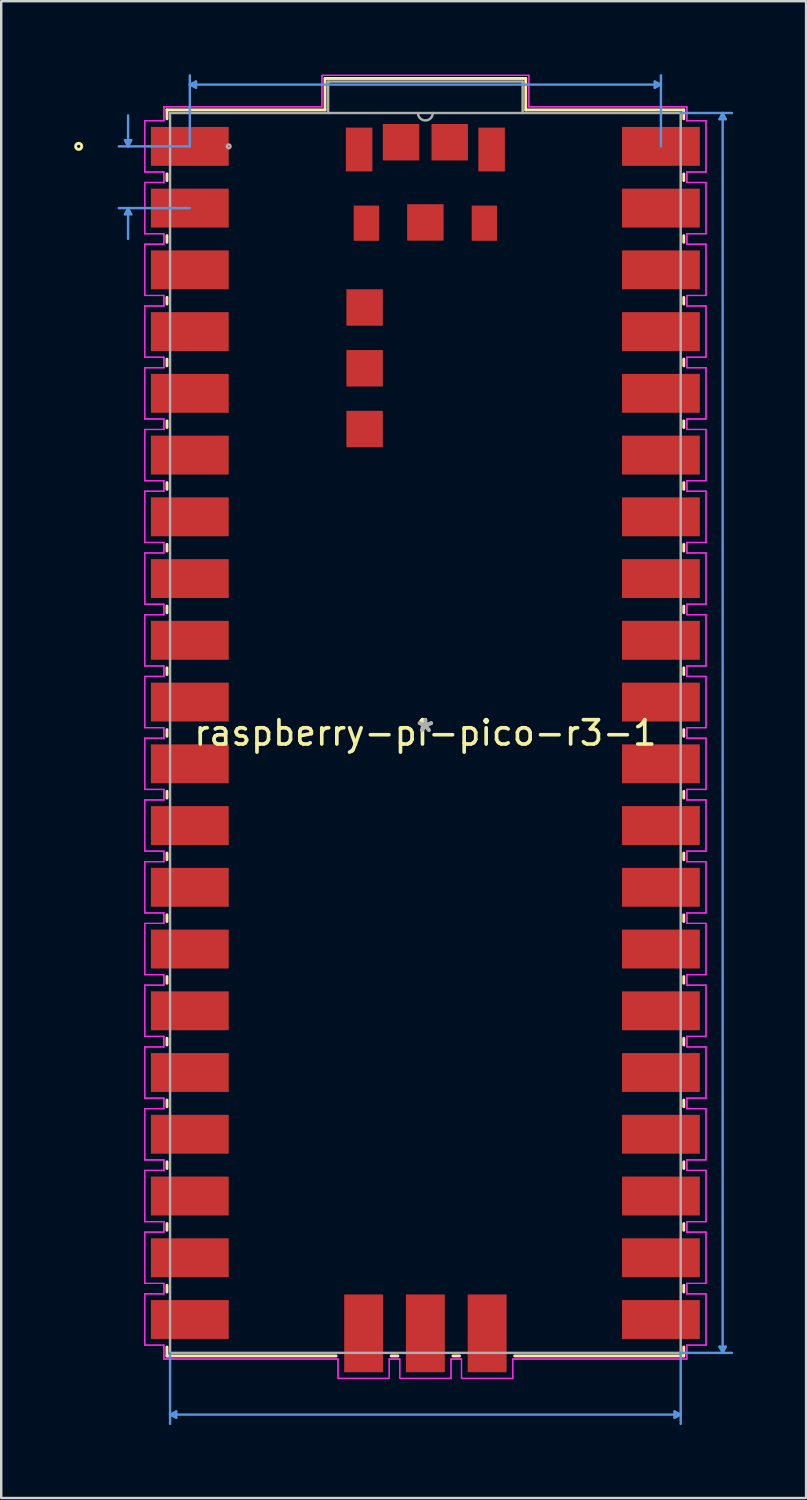
<source format=kicad_pcb>
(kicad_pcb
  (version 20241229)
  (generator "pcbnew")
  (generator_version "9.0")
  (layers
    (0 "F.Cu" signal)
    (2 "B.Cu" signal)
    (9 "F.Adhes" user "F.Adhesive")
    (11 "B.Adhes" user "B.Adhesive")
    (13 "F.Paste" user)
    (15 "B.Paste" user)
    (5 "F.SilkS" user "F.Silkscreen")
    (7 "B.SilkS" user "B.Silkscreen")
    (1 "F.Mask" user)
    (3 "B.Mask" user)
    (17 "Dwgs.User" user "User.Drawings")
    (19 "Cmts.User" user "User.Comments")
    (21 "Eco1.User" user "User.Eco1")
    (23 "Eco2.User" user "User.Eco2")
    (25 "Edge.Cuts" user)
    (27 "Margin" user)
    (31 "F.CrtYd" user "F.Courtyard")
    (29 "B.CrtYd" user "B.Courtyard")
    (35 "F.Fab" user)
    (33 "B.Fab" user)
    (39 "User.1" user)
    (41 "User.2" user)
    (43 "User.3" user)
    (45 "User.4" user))
  (footprint "raspberry-pi-pico-r3-1"
    (layer "F.Cu")
    (at 14.449 27.101)
    (property "Reference" "raspberry-pi-pico-r3-1" (at 0 0 0) (layer "F.SilkS") (effects (font (size 1 1) (thickness 0.15))))
    (attr through_hole)
    (fp_line (start -10.63 -25.629) (end -4.128 -25.629) (stroke (width 0.12) (type solid)) (layer "F.SilkS"))
    (fp_line (start -10.63 -25.263) (end -10.63 -25.629) (stroke (width 0.12) (type solid)) (layer "F.SilkS"))
    (fp_line (start -10.63 -22.723) (end -10.63 -22.997) (stroke (width 0.12) (type solid)) (layer "F.SilkS"))
    (fp_line (start -10.63 -20.183) (end -10.63 -20.457) (stroke (width 0.12) (type solid)) (layer "F.SilkS"))
    (fp_line (start -10.63 -17.643) (end -10.63 -17.917) (stroke (width 0.12) (type solid)) (layer "F.SilkS"))
    (fp_line (start -10.63 -15.103) (end -10.63 -15.377) (stroke (width 0.12) (type solid)) (layer "F.SilkS"))
    (fp_line (start -10.63 -12.563) (end -10.63 -12.837) (stroke (width 0.12) (type solid)) (layer "F.SilkS"))
    (fp_line (start -10.63 -10.023) (end -10.63 -10.297) (stroke (width 0.12) (type solid)) (layer "F.SilkS"))
    (fp_line (start -10.63 -7.483) (end -10.63 -7.757) (stroke (width 0.12) (type solid)) (layer "F.SilkS"))
    (fp_line (start -10.63 -4.943) (end -10.63 -5.217) (stroke (width 0.12) (type solid)) (layer "F.SilkS"))
    (fp_line (start -10.63 -2.403) (end -10.63 -2.677) (stroke (width 0.12) (type solid)) (layer "F.SilkS"))
    (fp_line (start -10.63 0.137) (end -10.63 -0.137) (stroke (width 0.12) (type solid)) (layer "F.SilkS"))
    (fp_line (start -10.63 2.677) (end -10.63 2.403) (stroke (width 0.12) (type solid)) (layer "F.SilkS"))
    (fp_line (start -10.63 5.217) (end -10.63 4.943) (stroke (width 0.12) (type solid)) (layer "F.SilkS"))
    (fp_line (start -10.63 7.757) (end -10.63 7.483) (stroke (width 0.12) (type solid)) (layer "F.SilkS"))
    (fp_line (start -10.63 10.297) (end -10.63 10.023) (stroke (width 0.12) (type solid)) (layer "F.SilkS"))
    (fp_line (start -10.63 12.837) (end -10.63 12.563) (stroke (width 0.12) (type solid)) (layer "F.SilkS"))
    (fp_line (start -10.63 15.377) (end -10.63 15.103) (stroke (width 0.12) (type solid)) (layer "F.SilkS"))
    (fp_line (start -10.63 17.917) (end -10.63 17.643) (stroke (width 0.12) (type solid)) (layer "F.SilkS"))
    (fp_line (start -10.63 20.457) (end -10.63 20.183) (stroke (width 0.12) (type solid)) (layer "F.SilkS"))
    (fp_line (start -10.63 22.997) (end -10.63 22.723) (stroke (width 0.12) (type solid)) (layer "F.SilkS"))
    (fp_line (start -10.63 25.629) (end -10.63 25.263) (stroke (width 0.12) (type solid)) (layer "F.SilkS"))
    (fp_line (start -4.128 -26.924) (end 4.128 -26.924) (stroke (width 0.12) (type solid)) (layer "F.SilkS"))
    (fp_line (start -4.128 -25.629) (end -4.128 -26.924) (stroke (width 0.12) (type solid)) (layer "F.SilkS"))
    (fp_line (start -3.673 25.629) (end -10.63 25.629) (stroke (width 0.12) (type solid)) (layer "F.SilkS"))
    (fp_line (start -1.133 25.629) (end -1.407 25.629) (stroke (width 0.12) (type solid)) (layer "F.SilkS"))
    (fp_line (start 1.407 25.629) (end 1.133 25.629) (stroke (width 0.12) (type solid)) (layer "F.SilkS"))
    (fp_line (start 4.128 -26.924) (end 4.128 -25.629) (stroke (width 0.12) (type solid)) (layer "F.SilkS"))
    (fp_line (start 4.128 -25.629) (end 10.63 -25.629) (stroke (width 0.12) (type solid)) (layer "F.SilkS"))
    (fp_line (start 10.63 -25.629) (end 10.63 -25.263) (stroke (width 0.12) (type solid)) (layer "F.SilkS"))
    (fp_line (start 10.63 -22.997) (end 10.63 -22.723) (stroke (width 0.12) (type solid)) (layer "F.SilkS"))
    (fp_line (start 10.63 -20.457) (end 10.63 -20.183) (stroke (width 0.12) (type solid)) (layer "F.SilkS"))
    (fp_line (start 10.63 -17.917) (end 10.63 -17.643) (stroke (width 0.12) (type solid)) (layer "F.SilkS"))
    (fp_line (start 10.63 -15.377) (end 10.63 -15.103) (stroke (width 0.12) (type solid)) (layer "F.SilkS"))
    (fp_line (start 10.63 -12.837) (end 10.63 -12.563) (stroke (width 0.12) (type solid)) (layer "F.SilkS"))
    (fp_line (start 10.63 -10.297) (end 10.63 -10.023) (stroke (width 0.12) (type solid)) (layer "F.SilkS"))
    (fp_line (start 10.63 -7.757) (end 10.63 -7.483) (stroke (width 0.12) (type solid)) (layer "F.SilkS"))
    (fp_line (start 10.63 -5.217) (end 10.63 -4.943) (stroke (width 0.12) (type solid)) (layer "F.SilkS"))
    (fp_line (start 10.63 -2.677) (end 10.63 -2.403) (stroke (width 0.12) (type solid)) (layer "F.SilkS"))
    (fp_line (start 10.63 -0.137) (end 10.63 0.137) (stroke (width 0.12) (type solid)) (layer "F.SilkS"))
    (fp_line (start 10.63 2.403) (end 10.63 2.677) (stroke (width 0.12) (type solid)) (layer "F.SilkS"))
    (fp_line (start 10.63 4.943) (end 10.63 5.217) (stroke (width 0.12) (type solid)) (layer "F.SilkS"))
    (fp_line (start 10.63 7.483) (end 10.63 7.757) (stroke (width 0.12) (type solid)) (layer "F.SilkS"))
    (fp_line (start 10.63 10.023) (end 10.63 10.297) (stroke (width 0.12) (type solid)) (layer "F.SilkS"))
    (fp_line (start 10.63 12.563) (end 10.63 12.837) (stroke (width 0.12) (type solid)) (layer "F.SilkS"))
    (fp_line (start 10.63 15.103) (end 10.63 15.377) (stroke (width 0.12) (type solid)) (layer "F.SilkS"))
    (fp_line (start 10.63 17.643) (end 10.63 17.917) (stroke (width 0.12) (type solid)) (layer "F.SilkS"))
    (fp_line (start 10.63 20.183) (end 10.63 20.457) (stroke (width 0.12) (type solid)) (layer "F.SilkS"))
    (fp_line (start 10.63 22.723) (end 10.63 22.997) (stroke (width 0.12) (type solid)) (layer "F.SilkS"))
    (fp_line (start 10.63 25.263) (end 10.63 25.629) (stroke (width 0.12) (type solid)) (layer "F.SilkS"))
    (fp_line (start 10.63 25.629) (end 3.673 25.629) (stroke (width 0.12) (type solid)) (layer "F.SilkS"))
    (fp_circle (center -14.262 -24.13) (end -14.135 -24.13) (stroke (width 0.12) (type solid)) (fill no) (layer "F.SilkS"))
    (fp_line (start -12.357 -24.384) (end -12.103 -24.384) (stroke (width 0.1) (type solid)) (layer "Cmts.User"))
    (fp_line (start -12.357 -21.336) (end -12.103 -21.336) (stroke (width 0.1) (type solid)) (layer "Cmts.User"))
    (fp_line (start -12.23 -24.13) (end -12.357 -24.384) (stroke (width 0.1) (type solid)) (layer "Cmts.User"))
    (fp_line (start -12.23 -24.13) (end -12.23 -25.4) (stroke (width 0.1) (type solid)) (layer "Cmts.User"))
    (fp_line (start -12.23 -24.13) (end -12.103 -24.384) (stroke (width 0.1) (type solid)) (layer "Cmts.User"))
    (fp_line (start -12.23 -21.59) (end -12.357 -21.336) (stroke (width 0.1) (type solid)) (layer "Cmts.User"))
    (fp_line (start -12.23 -21.59) (end -12.23 -20.32) (stroke (width 0.1) (type solid)) (layer "Cmts.User"))
    (fp_line (start -12.23 -21.59) (end -12.103 -21.336) (stroke (width 0.1) (type solid)) (layer "Cmts.User"))
    (fp_line (start -10.503 25.502) (end -10.503 28.423) (stroke (width 0.1) (type solid)) (layer "Cmts.User"))
    (fp_line (start -10.503 28.042) (end -10.249 27.915) (stroke (width 0.1) (type solid)) (layer "Cmts.User"))
    (fp_line (start -10.503 28.042) (end -10.249 28.169) (stroke (width 0.1) (type solid)) (layer "Cmts.User"))
    (fp_line (start -10.503 28.042) (end 10.503 28.042) (stroke (width 0.1) (type solid)) (layer "Cmts.User"))
    (fp_line (start -10.249 27.915) (end -10.249 28.169) (stroke (width 0.1) (type solid)) (layer "Cmts.User"))
    (fp_line (start -9.69 -26.67) (end -9.436 -26.797) (stroke (width 0.1) (type solid)) (layer "Cmts.User"))
    (fp_line (start -9.69 -26.67) (end -9.436 -26.543) (stroke (width 0.1) (type solid)) (layer "Cmts.User"))
    (fp_line (start -9.69 -26.67) (end 9.69 -26.67) (stroke (width 0.1) (type solid)) (layer "Cmts.User"))
    (fp_line (start -9.69 -24.13) (end -12.611 -24.13) (stroke (width 0.1) (type solid)) (layer "Cmts.User"))
    (fp_line (start -9.69 -24.13) (end -9.69 -27.051) (stroke (width 0.1) (type solid)) (layer "Cmts.User"))
    (fp_line (start -9.69 -21.59) (end -12.611 -21.59) (stroke (width 0.1) (type solid)) (layer "Cmts.User"))
    (fp_line (start -9.436 -26.797) (end -9.436 -26.543) (stroke (width 0.1) (type solid)) (layer "Cmts.User"))
    (fp_line (start 9.436 -26.797) (end 9.436 -26.543) (stroke (width 0.1) (type solid)) (layer "Cmts.User"))
    (fp_line (start 9.69 -26.67) (end 9.436 -26.797) (stroke (width 0.1) (type solid)) (layer "Cmts.User"))
    (fp_line (start 9.69 -26.67) (end 9.436 -26.543) (stroke (width 0.1) (type solid)) (layer "Cmts.User"))
    (fp_line (start 9.69 -24.13) (end 9.69 -27.051) (stroke (width 0.1) (type solid)) (layer "Cmts.User"))
    (fp_line (start 10.249 27.915) (end 10.249 28.169) (stroke (width 0.1) (type solid)) (layer "Cmts.User"))
    (fp_line (start 10.503 -25.502) (end 12.611 -25.502) (stroke (width 0.1) (type solid)) (layer "Cmts.User"))
    (fp_line (start 10.503 25.502) (end 10.503 28.423) (stroke (width 0.1) (type solid)) (layer "Cmts.User"))
    (fp_line (start 10.503 25.502) (end 12.611 25.502) (stroke (width 0.1) (type solid)) (layer "Cmts.User"))
    (fp_line (start 10.503 28.042) (end 10.249 27.915) (stroke (width 0.1) (type solid)) (layer "Cmts.User"))
    (fp_line (start 10.503 28.042) (end 10.249 28.169) (stroke (width 0.1) (type solid)) (layer "Cmts.User"))
    (fp_line (start 12.103 -25.248) (end 12.357 -25.248) (stroke (width 0.1) (type solid)) (layer "Cmts.User"))
    (fp_line (start 12.103 25.248) (end 12.357 25.248) (stroke (width 0.1) (type solid)) (layer "Cmts.User"))
    (fp_line (start 12.23 -25.502) (end 12.103 -25.248) (stroke (width 0.1) (type solid)) (layer "Cmts.User"))
    (fp_line (start 12.23 -25.502) (end 12.23 25.502) (stroke (width 0.1) (type solid)) (layer "Cmts.User"))
    (fp_line (start 12.23 -25.502) (end 12.357 -25.248) (stroke (width 0.1) (type solid)) (layer "Cmts.User"))
    (fp_line (start 12.23 25.502) (end 12.103 25.248) (stroke (width 0.1) (type solid)) (layer "Cmts.User"))
    (fp_line (start 12.23 25.502) (end 12.357 25.248) (stroke (width 0.1) (type solid)) (layer "Cmts.User"))
    (fp_line (start -11.544 -25.184) (end -11.544 -23.076) (stroke (width 0.05) (type solid)) (layer "F.CrtYd"))
    (fp_line (start -11.544 -25.184) (end -11.544 -23.076) (stroke (width 0.05) (type solid)) (layer "F.CrtYd"))
    (fp_line (start -11.544 -23.076) (end -10.757 -23.076) (stroke (width 0.05) (type solid)) (layer "F.CrtYd"))
    (fp_line (start -11.544 -23.076) (end -10.757 -23.076) (stroke (width 0.05) (type solid)) (layer "F.CrtYd"))
    (fp_line (start -11.544 -22.644) (end -11.544 -20.536) (stroke (width 0.05) (type solid)) (layer "F.CrtYd"))
    (fp_line (start -11.544 -22.644) (end -11.544 -20.536) (stroke (width 0.05) (type solid)) (layer "F.CrtYd"))
    (fp_line (start -11.544 -20.536) (end -10.757 -20.536) (stroke (width 0.05) (type solid)) (layer "F.CrtYd"))
    (fp_line (start -11.544 -20.536) (end -10.757 -20.536) (stroke (width 0.05) (type solid)) (layer "F.CrtYd"))
    (fp_line (start -11.544 -20.104) (end -11.544 -17.996) (stroke (width 0.05) (type solid)) (layer "F.CrtYd"))
    (fp_line (start -11.544 -20.104) (end -11.544 -17.996) (stroke (width 0.05) (type solid)) (layer "F.CrtYd"))
    (fp_line (start -11.544 -17.996) (end -10.757 -17.996) (stroke (width 0.05) (type solid)) (layer "F.CrtYd"))
    (fp_line (start -11.544 -17.996) (end -10.757 -17.996) (stroke (width 0.05) (type solid)) (layer "F.CrtYd"))
    (fp_line (start -11.544 -17.564) (end -11.544 -15.456) (stroke (width 0.05) (type solid)) (layer "F.CrtYd"))
    (fp_line (start -11.544 -17.564) (end -11.544 -15.456) (stroke (width 0.05) (type solid)) (layer "F.CrtYd"))
    (fp_line (start -11.544 -15.456) (end -10.757 -15.456) (stroke (width 0.05) (type solid)) (layer "F.CrtYd"))
    (fp_line (start -11.544 -15.456) (end -10.757 -15.456) (stroke (width 0.05) (type solid)) (layer "F.CrtYd"))
    (fp_line (start -11.544 -15.024) (end -11.544 -12.916) (stroke (width 0.05) (type solid)) (layer "F.CrtYd"))
    (fp_line (start -11.544 -15.024) (end -11.544 -12.916) (stroke (width 0.05) (type solid)) (layer "F.CrtYd"))
    (fp_line (start -11.544 -12.916) (end -10.757 -12.916) (stroke (width 0.05) (type solid)) (layer "F.CrtYd"))
    (fp_line (start -11.544 -12.916) (end -10.757 -12.916) (stroke (width 0.05) (type solid)) (layer "F.CrtYd"))
    (fp_line (start -11.544 -12.484) (end -11.544 -10.376) (stroke (width 0.05) (type solid)) (layer "F.CrtYd"))
    (fp_line (start -11.544 -12.484) (end -11.544 -10.376) (stroke (width 0.05) (type solid)) (layer "F.CrtYd"))
    (fp_line (start -11.544 -10.376) (end -10.757 -10.376) (stroke (width 0.05) (type solid)) (layer "F.CrtYd"))
    (fp_line (start -11.544 -10.376) (end -10.757 -10.376) (stroke (width 0.05) (type solid)) (layer "F.CrtYd"))
    (fp_line (start -11.544 -9.944) (end -11.544 -7.836) (stroke (width 0.05) (type solid)) (layer "F.CrtYd"))
    (fp_line (start -11.544 -9.944) (end -11.544 -7.836) (stroke (width 0.05) (type solid)) (layer "F.CrtYd"))
    (fp_line (start -11.544 -7.836) (end -10.757 -7.836) (stroke (width 0.05) (type solid)) (layer "F.CrtYd"))
    (fp_line (start -11.544 -7.836) (end -10.757 -7.836) (stroke (width 0.05) (type solid)) (layer "F.CrtYd"))
    (fp_line (start -11.544 -7.404) (end -11.544 -5.296) (stroke (width 0.05) (type solid)) (layer "F.CrtYd"))
    (fp_line (start -11.544 -7.404) (end -11.544 -5.296) (stroke (width 0.05) (type solid)) (layer "F.CrtYd"))
    (fp_line (start -11.544 -5.296) (end -10.757 -5.296) (stroke (width 0.05) (type solid)) (layer "F.CrtYd"))
    (fp_line (start -11.544 -5.296) (end -10.757 -5.296) (stroke (width 0.05) (type solid)) (layer "F.CrtYd"))
    (fp_line (start -11.544 -4.864) (end -11.544 -2.756) (stroke (width 0.05) (type solid)) (layer "F.CrtYd"))
    (fp_line (start -11.544 -4.864) (end -11.544 -2.756) (stroke (width 0.05) (type solid)) (layer "F.CrtYd"))
    (fp_line (start -11.544 -2.756) (end -10.757 -2.756) (stroke (width 0.05) (type solid)) (layer "F.CrtYd"))
    (fp_line (start -11.544 -2.756) (end -10.757 -2.756) (stroke (width 0.05) (type solid)) (layer "F.CrtYd"))
    (fp_line (start -11.544 -2.324) (end -11.544 -0.216) (stroke (width 0.05) (type solid)) (layer "F.CrtYd"))
    (fp_line (start -11.544 -2.324) (end -11.544 -0.216) (stroke (width 0.05) (type solid)) (layer "F.CrtYd"))
    (fp_line (start -11.544 -0.216) (end -10.757 -0.216) (stroke (width 0.05) (type solid)) (layer "F.CrtYd"))
    (fp_line (start -11.544 -0.216) (end -10.757 -0.216) (stroke (width 0.05) (type solid)) (layer "F.CrtYd"))
    (fp_line (start -11.544 0.216) (end -11.544 2.324) (stroke (width 0.05) (type solid)) (layer "F.CrtYd"))
    (fp_line (start -11.544 0.216) (end -11.544 2.324) (stroke (width 0.05) (type solid)) (layer "F.CrtYd"))
    (fp_line (start -11.544 2.324) (end -10.757 2.324) (stroke (width 0.05) (type solid)) (layer "F.CrtYd"))
    (fp_line (start -11.544 2.324) (end -10.757 2.324) (stroke (width 0.05) (type solid)) (layer "F.CrtYd"))
    (fp_line (start -11.544 2.756) (end -11.544 4.864) (stroke (width 0.05) (type solid)) (layer "F.CrtYd"))
    (fp_line (start -11.544 2.756) (end -11.544 4.864) (stroke (width 0.05) (type solid)) (layer "F.CrtYd"))
    (fp_line (start -11.544 4.864) (end -10.757 4.864) (stroke (width 0.05) (type solid)) (layer "F.CrtYd"))
    (fp_line (start -11.544 4.864) (end -10.757 4.864) (stroke (width 0.05) (type solid)) (layer "F.CrtYd"))
    (fp_line (start -11.544 5.296) (end -11.544 7.404) (stroke (width 0.05) (type solid)) (layer "F.CrtYd"))
    (fp_line (start -11.544 5.296) (end -11.544 7.404) (stroke (width 0.05) (type solid)) (layer "F.CrtYd"))
    (fp_line (start -11.544 7.404) (end -10.757 7.404) (stroke (width 0.05) (type solid)) (layer "F.CrtYd"))
    (fp_line (start -11.544 7.404) (end -10.757 7.404) (stroke (width 0.05) (type solid)) (layer "F.CrtYd"))
    (fp_line (start -11.544 7.836) (end -11.544 9.944) (stroke (width 0.05) (type solid)) (layer "F.CrtYd"))
    (fp_line (start -11.544 7.836) (end -11.544 9.944) (stroke (width 0.05) (type solid)) (layer "F.CrtYd"))
    (fp_line (start -11.544 9.944) (end -10.757 9.944) (stroke (width 0.05) (type solid)) (layer "F.CrtYd"))
    (fp_line (start -11.544 9.944) (end -10.757 9.944) (stroke (width 0.05) (type solid)) (layer "F.CrtYd"))
    (fp_line (start -11.544 10.376) (end -11.544 12.484) (stroke (width 0.05) (type solid)) (layer "F.CrtYd"))
    (fp_line (start -11.544 10.376) (end -11.544 12.484) (stroke (width 0.05) (type solid)) (layer "F.CrtYd"))
    (fp_line (start -11.544 12.484) (end -10.757 12.484) (stroke (width 0.05) (type solid)) (layer "F.CrtYd"))
    (fp_line (start -11.544 12.484) (end -10.757 12.484) (stroke (width 0.05) (type solid)) (layer "F.CrtYd"))
    (fp_line (start -11.544 12.916) (end -11.544 15.024) (stroke (width 0.05) (type solid)) (layer "F.CrtYd"))
    (fp_line (start -11.544 12.916) (end -11.544 15.024) (stroke (width 0.05) (type solid)) (layer "F.CrtYd"))
    (fp_line (start -11.544 15.024) (end -10.757 15.024) (stroke (width 0.05) (type solid)) (layer "F.CrtYd"))
    (fp_line (start -11.544 15.024) (end -10.757 15.024) (stroke (width 0.05) (type solid)) (layer "F.CrtYd"))
    (fp_line (start -11.544 15.456) (end -11.544 17.564) (stroke (width 0.05) (type solid)) (layer "F.CrtYd"))
    (fp_line (start -11.544 15.456) (end -11.544 17.564) (stroke (width 0.05) (type solid)) (layer "F.CrtYd"))
    (fp_line (start -11.544 17.564) (end -10.757 17.564) (stroke (width 0.05) (type solid)) (layer "F.CrtYd"))
    (fp_line (start -11.544 17.564) (end -10.757 17.564) (stroke (width 0.05) (type solid)) (layer "F.CrtYd"))
    (fp_line (start -11.544 17.996) (end -11.544 20.104) (stroke (width 0.05) (type solid)) (layer "F.CrtYd"))
    (fp_line (start -11.544 17.996) (end -11.544 20.104) (stroke (width 0.05) (type solid)) (layer "F.CrtYd"))
    (fp_line (start -11.544 20.104) (end -10.757 20.104) (stroke (width 0.05) (type solid)) (layer "F.CrtYd"))
    (fp_line (start -11.544 20.104) (end -10.757 20.104) (stroke (width 0.05) (type solid)) (layer "F.CrtYd"))
    (fp_line (start -11.544 20.536) (end -11.544 22.644) (stroke (width 0.05) (type solid)) (layer "F.CrtYd"))
    (fp_line (start -11.544 20.536) (end -11.544 22.644) (stroke (width 0.05) (type solid)) (layer "F.CrtYd"))
    (fp_line (start -11.544 22.644) (end -10.757 22.644) (stroke (width 0.05) (type solid)) (layer "F.CrtYd"))
    (fp_line (start -11.544 22.644) (end -10.757 22.644) (stroke (width 0.05) (type solid)) (layer "F.CrtYd"))
    (fp_line (start -11.544 23.076) (end -11.544 25.184) (stroke (width 0.05) (type solid)) (layer "F.CrtYd"))
    (fp_line (start -11.544 23.076) (end -11.544 25.184) (stroke (width 0.05) (type solid)) (layer "F.CrtYd"))
    (fp_line (start -11.544 25.184) (end -10.757 25.184) (stroke (width 0.05) (type solid)) (layer "F.CrtYd"))
    (fp_line (start -11.544 25.184) (end -10.757 25.184) (stroke (width 0.05) (type solid)) (layer "F.CrtYd"))
    (fp_line (start -10.757 -25.756) (end -10.757 -25.184) (stroke (width 0.05) (type solid)) (layer "F.CrtYd"))
    (fp_line (start -10.757 -25.756) (end -10.757 -25.184) (stroke (width 0.05) (type solid)) (layer "F.CrtYd"))
    (fp_line (start -10.757 -25.184) (end -11.544 -25.184) (stroke (width 0.05) (type solid)) (layer "F.CrtYd"))
    (fp_line (start -10.757 -25.184) (end -11.544 -25.184) (stroke (width 0.05) (type solid)) (layer "F.CrtYd"))
    (fp_line (start -10.757 -23.076) (end -10.757 -22.644) (stroke (width 0.05) (type solid)) (layer "F.CrtYd"))
    (fp_line (start -10.757 -23.076) (end -10.757 -22.644) (stroke (width 0.05) (type solid)) (layer "F.CrtYd"))
    (fp_line (start -10.757 -22.644) (end -11.544 -22.644) (stroke (width 0.05) (type solid)) (layer "F.CrtYd"))
    (fp_line (start -10.757 -22.644) (end -11.544 -22.644) (stroke (width 0.05) (type solid)) (layer "F.CrtYd"))
    (fp_line (start -10.757 -20.536) (end -10.757 -20.104) (stroke (width 0.05) (type solid)) (layer "F.CrtYd"))
    (fp_line (start -10.757 -20.536) (end -10.757 -20.104) (stroke (width 0.05) (type solid)) (layer "F.CrtYd"))
    (fp_line (start -10.757 -20.104) (end -11.544 -20.104) (stroke (width 0.05) (type solid)) (layer "F.CrtYd"))
    (fp_line (start -10.757 -20.104) (end -11.544 -20.104) (stroke (width 0.05) (type solid)) (layer "F.CrtYd"))
    (fp_line (start -10.757 -17.996) (end -10.757 -17.564) (stroke (width 0.05) (type solid)) (layer "F.CrtYd"))
    (fp_line (start -10.757 -17.996) (end -10.757 -17.564) (stroke (width 0.05) (type solid)) (layer "F.CrtYd"))
    (fp_line (start -10.757 -17.564) (end -11.544 -17.564) (stroke (width 0.05) (type solid)) (layer "F.CrtYd"))
    (fp_line (start -10.757 -17.564) (end -11.544 -17.564) (stroke (width 0.05) (type solid)) (layer "F.CrtYd"))
    (fp_line (start -10.757 -15.456) (end -10.757 -15.024) (stroke (width 0.05) (type solid)) (layer "F.CrtYd"))
    (fp_line (start -10.757 -15.456) (end -10.757 -15.024) (stroke (width 0.05) (type solid)) (layer "F.CrtYd"))
    (fp_line (start -10.757 -15.024) (end -11.544 -15.024) (stroke (width 0.05) (type solid)) (layer "F.CrtYd"))
    (fp_line (start -10.757 -15.024) (end -11.544 -15.024) (stroke (width 0.05) (type solid)) (layer "F.CrtYd"))
    (fp_line (start -10.757 -12.916) (end -10.757 -12.484) (stroke (width 0.05) (type solid)) (layer "F.CrtYd"))
    (fp_line (start -10.757 -12.916) (end -10.757 -12.484) (stroke (width 0.05) (type solid)) (layer "F.CrtYd"))
    (fp_line (start -10.757 -12.484) (end -11.544 -12.484) (stroke (width 0.05) (type solid)) (layer "F.CrtYd"))
    (fp_line (start -10.757 -12.484) (end -11.544 -12.484) (stroke (width 0.05) (type solid)) (layer "F.CrtYd"))
    (fp_line (start -10.757 -10.376) (end -10.757 -9.944) (stroke (width 0.05) (type solid)) (layer "F.CrtYd"))
    (fp_line (start -10.757 -10.376) (end -10.757 -9.944) (stroke (width 0.05) (type solid)) (layer "F.CrtYd"))
    (fp_line (start -10.757 -9.944) (end -11.544 -9.944) (stroke (width 0.05) (type solid)) (layer "F.CrtYd"))
    (fp_line (start -10.757 -9.944) (end -11.544 -9.944) (stroke (width 0.05) (type solid)) (layer "F.CrtYd"))
    (fp_line (start -10.757 -7.836) (end -10.757 -7.404) (stroke (width 0.05) (type solid)) (layer "F.CrtYd"))
    (fp_line (start -10.757 -7.836) (end -10.757 -7.404) (stroke (width 0.05) (type solid)) (layer "F.CrtYd"))
    (fp_line (start -10.757 -7.404) (end -11.544 -7.404) (stroke (width 0.05) (type solid)) (layer "F.CrtYd"))
    (fp_line (start -10.757 -7.404) (end -11.544 -7.404) (stroke (width 0.05) (type solid)) (layer "F.CrtYd"))
    (fp_line (start -10.757 -5.296) (end -10.757 -4.864) (stroke (width 0.05) (type solid)) (layer "F.CrtYd"))
    (fp_line (start -10.757 -5.296) (end -10.757 -4.864) (stroke (width 0.05) (type solid)) (layer "F.CrtYd"))
    (fp_line (start -10.757 -4.864) (end -11.544 -4.864) (stroke (width 0.05) (type solid)) (layer "F.CrtYd"))
    (fp_line (start -10.757 -4.864) (end -11.544 -4.864) (stroke (width 0.05) (type solid)) (layer "F.CrtYd"))
    (fp_line (start -10.757 -2.756) (end -10.757 -2.324) (stroke (width 0.05) (type solid)) (layer "F.CrtYd"))
    (fp_line (start -10.757 -2.756) (end -10.757 -2.324) (stroke (width 0.05) (type solid)) (layer "F.CrtYd"))
    (fp_line (start -10.757 -2.324) (end -11.544 -2.324) (stroke (width 0.05) (type solid)) (layer "F.CrtYd"))
    (fp_line (start -10.757 -2.324) (end -11.544 -2.324) (stroke (width 0.05) (type solid)) (layer "F.CrtYd"))
    (fp_line (start -10.757 -0.216) (end -10.757 0.216) (stroke (width 0.05) (type solid)) (layer "F.CrtYd"))
    (fp_line (start -10.757 -0.216) (end -10.757 0.216) (stroke (width 0.05) (type solid)) (layer "F.CrtYd"))
    (fp_line (start -10.757 0.216) (end -11.544 0.216) (stroke (width 0.05) (type solid)) (layer "F.CrtYd"))
    (fp_line (start -10.757 0.216) (end -11.544 0.216) (stroke (width 0.05) (type solid)) (layer "F.CrtYd"))
    (fp_line (start -10.757 2.324) (end -10.757 2.756) (stroke (width 0.05) (type solid)) (layer "F.CrtYd"))
    (fp_line (start -10.757 2.324) (end -10.757 2.756) (stroke (width 0.05) (type solid)) (layer "F.CrtYd"))
    (fp_line (start -10.757 2.756) (end -11.544 2.756) (stroke (width 0.05) (type solid)) (layer "F.CrtYd"))
    (fp_line (start -10.757 2.756) (end -11.544 2.756) (stroke (width 0.05) (type solid)) (layer "F.CrtYd"))
    (fp_line (start -10.757 4.864) (end -10.757 5.296) (stroke (width 0.05) (type solid)) (layer "F.CrtYd"))
    (fp_line (start -10.757 4.864) (end -10.757 5.296) (stroke (width 0.05) (type solid)) (layer "F.CrtYd"))
    (fp_line (start -10.757 5.296) (end -11.544 5.296) (stroke (width 0.05) (type solid)) (layer "F.CrtYd"))
    (fp_line (start -10.757 5.296) (end -11.544 5.296) (stroke (width 0.05) (type solid)) (layer "F.CrtYd"))
    (fp_line (start -10.757 7.404) (end -10.757 7.836) (stroke (width 0.05) (type solid)) (layer "F.CrtYd"))
    (fp_line (start -10.757 7.404) (end -10.757 7.836) (stroke (width 0.05) (type solid)) (layer "F.CrtYd"))
    (fp_line (start -10.757 7.836) (end -11.544 7.836) (stroke (width 0.05) (type solid)) (layer "F.CrtYd"))
    (fp_line (start -10.757 7.836) (end -11.544 7.836) (stroke (width 0.05) (type solid)) (layer "F.CrtYd"))
    (fp_line (start -10.757 9.944) (end -10.757 10.376) (stroke (width 0.05) (type solid)) (layer "F.CrtYd"))
    (fp_line (start -10.757 9.944) (end -10.757 10.376) (stroke (width 0.05) (type solid)) (layer "F.CrtYd"))
    (fp_line (start -10.757 10.376) (end -11.544 10.376) (stroke (width 0.05) (type solid)) (layer "F.CrtYd"))
    (fp_line (start -10.757 10.376) (end -11.544 10.376) (stroke (width 0.05) (type solid)) (layer "F.CrtYd"))
    (fp_line (start -10.757 12.484) (end -10.757 12.916) (stroke (width 0.05) (type solid)) (layer "F.CrtYd"))
    (fp_line (start -10.757 12.484) (end -10.757 12.916) (stroke (width 0.05) (type solid)) (layer "F.CrtYd"))
    (fp_line (start -10.757 12.916) (end -11.544 12.916) (stroke (width 0.05) (type solid)) (layer "F.CrtYd"))
    (fp_line (start -10.757 12.916) (end -11.544 12.916) (stroke (width 0.05) (type solid)) (layer "F.CrtYd"))
    (fp_line (start -10.757 15.024) (end -10.757 15.456) (stroke (width 0.05) (type solid)) (layer "F.CrtYd"))
    (fp_line (start -10.757 15.024) (end -10.757 15.456) (stroke (width 0.05) (type solid)) (layer "F.CrtYd"))
    (fp_line (start -10.757 15.456) (end -11.544 15.456) (stroke (width 0.05) (type solid)) (layer "F.CrtYd"))
    (fp_line (start -10.757 15.456) (end -11.544 15.456) (stroke (width 0.05) (type solid)) (layer "F.CrtYd"))
    (fp_line (start -10.757 17.564) (end -10.757 17.996) (stroke (width 0.05) (type solid)) (layer "F.CrtYd"))
    (fp_line (start -10.757 17.564) (end -10.757 17.996) (stroke (width 0.05) (type solid)) (layer "F.CrtYd"))
    (fp_line (start -10.757 17.996) (end -11.544 17.996) (stroke (width 0.05) (type solid)) (layer "F.CrtYd"))
    (fp_line (start -10.757 17.996) (end -11.544 17.996) (stroke (width 0.05) (type solid)) (layer "F.CrtYd"))
    (fp_line (start -10.757 20.104) (end -10.757 20.536) (stroke (width 0.05) (type solid)) (layer "F.CrtYd"))
    (fp_line (start -10.757 20.104) (end -10.757 20.536) (stroke (width 0.05) (type solid)) (layer "F.CrtYd"))
    (fp_line (start -10.757 20.536) (end -11.544 20.536) (stroke (width 0.05) (type solid)) (layer "F.CrtYd"))
    (fp_line (start -10.757 20.536) (end -11.544 20.536) (stroke (width 0.05) (type solid)) (layer "F.CrtYd"))
    (fp_line (start -10.757 22.644) (end -10.757 23.076) (stroke (width 0.05) (type solid)) (layer "F.CrtYd"))
    (fp_line (start -10.757 22.644) (end -10.757 23.076) (stroke (width 0.05) (type solid)) (layer "F.CrtYd"))
    (fp_line (start -10.757 23.076) (end -11.544 23.076) (stroke (width 0.05) (type solid)) (layer "F.CrtYd"))
    (fp_line (start -10.757 23.076) (end -11.544 23.076) (stroke (width 0.05) (type solid)) (layer "F.CrtYd"))
    (fp_line (start -10.757 25.184) (end -10.757 25.756) (stroke (width 0.05) (type solid)) (layer "F.CrtYd"))
    (fp_line (start -10.757 25.184) (end -10.757 25.756) (stroke (width 0.05) (type solid)) (layer "F.CrtYd"))
    (fp_line (start -10.757 25.756) (end -3.594 25.756) (stroke (width 0.05) (type solid)) (layer "F.CrtYd"))
    (fp_line (start -10.757 25.756) (end -3.594 25.756) (stroke (width 0.05) (type solid)) (layer "F.CrtYd"))
    (fp_line (start -4.255 -27.051) (end -4.255 -25.756) (stroke (width 0.05) (type solid)) (layer "F.CrtYd"))
    (fp_line (start -4.255 -27.051) (end -4.255 -25.756) (stroke (width 0.05) (type solid)) (layer "F.CrtYd"))
    (fp_line (start -4.255 -25.756) (end -10.757 -25.756) (stroke (width 0.05) (type solid)) (layer "F.CrtYd"))
    (fp_line (start -4.255 -25.756) (end -10.757 -25.756) (stroke (width 0.05) (type solid)) (layer "F.CrtYd"))
    (fp_line (start -3.594 25.756) (end -3.594 26.553) (stroke (width 0.05) (type solid)) (layer "F.CrtYd"))
    (fp_line (start -3.594 25.756) (end -3.594 26.553) (stroke (width 0.05) (type solid)) (layer "F.CrtYd"))
    (fp_line (start -3.594 26.553) (end -1.486 26.553) (stroke (width 0.05) (type solid)) (layer "F.CrtYd"))
    (fp_line (start -3.594 26.553) (end -1.486 26.553) (stroke (width 0.05) (type solid)) (layer "F.CrtYd"))
    (fp_line (start -1.486 25.756) (end -1.054 25.756) (stroke (width 0.05) (type solid)) (layer "F.CrtYd"))
    (fp_line (start -1.486 25.756) (end -1.054 25.756) (stroke (width 0.05) (type solid)) (layer "F.CrtYd"))
    (fp_line (start -1.486 26.553) (end -1.486 25.756) (stroke (width 0.05) (type solid)) (layer "F.CrtYd"))
    (fp_line (start -1.486 26.553) (end -1.486 25.756) (stroke (width 0.05) (type solid)) (layer "F.CrtYd"))
    (fp_line (start -1.054 25.756) (end -1.054 26.553) (stroke (width 0.05) (type solid)) (layer "F.CrtYd"))
    (fp_line (start -1.054 25.756) (end -1.054 26.553) (stroke (width 0.05) (type solid)) (layer "F.CrtYd"))
    (fp_line (start -1.054 26.553) (end 1.054 26.553) (stroke (width 0.05) (type solid)) (layer "F.CrtYd"))
    (fp_line (start -1.054 26.553) (end 1.054 26.553) (stroke (width 0.05) (type solid)) (layer "F.CrtYd"))
    (fp_line (start 1.054 25.756) (end 1.486 25.756) (stroke (width 0.05) (type solid)) (layer "F.CrtYd"))
    (fp_line (start 1.054 25.756) (end 1.486 25.756) (stroke (width 0.05) (type solid)) (layer "F.CrtYd"))
    (fp_line (start 1.054 26.553) (end 1.054 25.756) (stroke (width 0.05) (type solid)) (layer "F.CrtYd"))
    (fp_line (start 1.054 26.553) (end 1.054 25.756) (stroke (width 0.05) (type solid)) (layer "F.CrtYd"))
    (fp_line (start 1.486 25.756) (end 1.486 26.553) (stroke (width 0.05) (type solid)) (layer "F.CrtYd"))
    (fp_line (start 1.486 25.756) (end 1.486 26.553) (stroke (width 0.05) (type solid)) (layer "F.CrtYd"))
    (fp_line (start 1.486 26.553) (end 3.594 26.553) (stroke (width 0.05) (type solid)) (layer "F.CrtYd"))
    (fp_line (start 1.486 26.553) (end 3.594 26.553) (stroke (width 0.05) (type solid)) (layer "F.CrtYd"))
    (fp_line (start 3.594 25.756) (end 10.757 25.756) (stroke (width 0.05) (type solid)) (layer "F.CrtYd"))
    (fp_line (start 3.594 25.756) (end 10.757 25.756) (stroke (width 0.05) (type solid)) (layer "F.CrtYd"))
    (fp_line (start 3.594 26.553) (end 3.594 25.756) (stroke (width 0.05) (type solid)) (layer "F.CrtYd"))
    (fp_line (start 3.594 26.553) (end 3.594 25.756) (stroke (width 0.05) (type solid)) (layer "F.CrtYd"))
    (fp_line (start 4.255 -27.051) (end -4.255 -27.051) (stroke (width 0.05) (type solid)) (layer "F.CrtYd"))
    (fp_line (start 4.255 -27.051) (end -4.255 -27.051) (stroke (width 0.05) (type solid)) (layer "F.CrtYd"))
    (fp_line (start 4.255 -25.756) (end 4.255 -27.051) (stroke (width 0.05) (type solid)) (layer "F.CrtYd"))
    (fp_line (start 4.255 -25.756) (end 4.255 -27.051) (stroke (width 0.05) (type solid)) (layer "F.CrtYd"))
    (fp_line (start 10.757 -25.756) (end 4.255 -25.756) (stroke (width 0.05) (type solid)) (layer "F.CrtYd"))
    (fp_line (start 10.757 -25.756) (end 4.255 -25.756) (stroke (width 0.05) (type solid)) (layer "F.CrtYd"))
    (fp_line (start 10.757 -25.184) (end 10.757 -25.756) (stroke (width 0.05) (type solid)) (layer "F.CrtYd"))
    (fp_line (start 10.757 -25.184) (end 10.757 -25.756) (stroke (width 0.05) (type solid)) (layer "F.CrtYd"))
    (fp_line (start 10.757 -23.076) (end 11.544 -23.076) (stroke (width 0.05) (type solid)) (layer "F.CrtYd"))
    (fp_line (start 10.757 -23.076) (end 11.544 -23.076) (stroke (width 0.05) (type solid)) (layer "F.CrtYd"))
    (fp_line (start 10.757 -22.644) (end 10.757 -23.076) (stroke (width 0.05) (type solid)) (layer "F.CrtYd"))
    (fp_line (start 10.757 -22.644) (end 10.757 -23.076) (stroke (width 0.05) (type solid)) (layer "F.CrtYd"))
    (fp_line (start 10.757 -20.536) (end 11.544 -20.536) (stroke (width 0.05) (type solid)) (layer "F.CrtYd"))
    (fp_line (start 10.757 -20.536) (end 11.544 -20.536) (stroke (width 0.05) (type solid)) (layer "F.CrtYd"))
    (fp_line (start 10.757 -20.104) (end 10.757 -20.536) (stroke (width 0.05) (type solid)) (layer "F.CrtYd"))
    (fp_line (start 10.757 -20.104) (end 10.757 -20.536) (stroke (width 0.05) (type solid)) (layer "F.CrtYd"))
    (fp_line (start 10.757 -17.996) (end 11.544 -17.996) (stroke (width 0.05) (type solid)) (layer "F.CrtYd"))
    (fp_line (start 10.757 -17.996) (end 11.544 -17.996) (stroke (width 0.05) (type solid)) (layer "F.CrtYd"))
    (fp_line (start 10.757 -17.564) (end 10.757 -17.996) (stroke (width 0.05) (type solid)) (layer "F.CrtYd"))
    (fp_line (start 10.757 -17.564) (end 10.757 -17.996) (stroke (width 0.05) (type solid)) (layer "F.CrtYd"))
    (fp_line (start 10.757 -15.456) (end 11.544 -15.456) (stroke (width 0.05) (type solid)) (layer "F.CrtYd"))
    (fp_line (start 10.757 -15.456) (end 11.544 -15.456) (stroke (width 0.05) (type solid)) (layer "F.CrtYd"))
    (fp_line (start 10.757 -15.024) (end 10.757 -15.456) (stroke (width 0.05) (type solid)) (layer "F.CrtYd"))
    (fp_line (start 10.757 -15.024) (end 10.757 -15.456) (stroke (width 0.05) (type solid)) (layer "F.CrtYd"))
    (fp_line (start 10.757 -12.916) (end 11.544 -12.916) (stroke (width 0.05) (type solid)) (layer "F.CrtYd"))
    (fp_line (start 10.757 -12.916) (end 11.544 -12.916) (stroke (width 0.05) (type solid)) (layer "F.CrtYd"))
    (fp_line (start 10.757 -12.484) (end 10.757 -12.916) (stroke (width 0.05) (type solid)) (layer "F.CrtYd"))
    (fp_line (start 10.757 -12.484) (end 10.757 -12.916) (stroke (width 0.05) (type solid)) (layer "F.CrtYd"))
    (fp_line (start 10.757 -10.376) (end 11.544 -10.376) (stroke (width 0.05) (type solid)) (layer "F.CrtYd"))
    (fp_line (start 10.757 -10.376) (end 11.544 -10.376) (stroke (width 0.05) (type solid)) (layer "F.CrtYd"))
    (fp_line (start 10.757 -9.944) (end 10.757 -10.376) (stroke (width 0.05) (type solid)) (layer "F.CrtYd"))
    (fp_line (start 10.757 -9.944) (end 10.757 -10.376) (stroke (width 0.05) (type solid)) (layer "F.CrtYd"))
    (fp_line (start 10.757 -7.836) (end 11.544 -7.836) (stroke (width 0.05) (type solid)) (layer "F.CrtYd"))
    (fp_line (start 10.757 -7.836) (end 11.544 -7.836) (stroke (width 0.05) (type solid)) (layer "F.CrtYd"))
    (fp_line (start 10.757 -7.404) (end 10.757 -7.836) (stroke (width 0.05) (type solid)) (layer "F.CrtYd"))
    (fp_line (start 10.757 -7.404) (end 10.757 -7.836) (stroke (width 0.05) (type solid)) (layer "F.CrtYd"))
    (fp_line (start 10.757 -5.296) (end 11.544 -5.296) (stroke (width 0.05) (type solid)) (layer "F.CrtYd"))
    (fp_line (start 10.757 -5.296) (end 11.544 -5.296) (stroke (width 0.05) (type solid)) (layer "F.CrtYd"))
    (fp_line (start 10.757 -4.864) (end 10.757 -5.296) (stroke (width 0.05) (type solid)) (layer "F.CrtYd"))
    (fp_line (start 10.757 -4.864) (end 10.757 -5.296) (stroke (width 0.05) (type solid)) (layer "F.CrtYd"))
    (fp_line (start 10.757 -2.756) (end 11.544 -2.756) (stroke (width 0.05) (type solid)) (layer "F.CrtYd"))
    (fp_line (start 10.757 -2.756) (end 11.544 -2.756) (stroke (width 0.05) (type solid)) (layer "F.CrtYd"))
    (fp_line (start 10.757 -2.324) (end 10.757 -2.756) (stroke (width 0.05) (type solid)) (layer "F.CrtYd"))
    (fp_line (start 10.757 -2.324) (end 10.757 -2.756) (stroke (width 0.05) (type solid)) (layer "F.CrtYd"))
    (fp_line (start 10.757 -0.216) (end 11.544 -0.216) (stroke (width 0.05) (type solid)) (layer "F.CrtYd"))
    (fp_line (start 10.757 -0.216) (end 11.544 -0.216) (stroke (width 0.05) (type solid)) (layer "F.CrtYd"))
    (fp_line (start 10.757 0.216) (end 10.757 -0.216) (stroke (width 0.05) (type solid)) (layer "F.CrtYd"))
    (fp_line (start 10.757 0.216) (end 10.757 -0.216) (stroke (width 0.05) (type solid)) (layer "F.CrtYd"))
    (fp_line (start 10.757 2.324) (end 11.544 2.324) (stroke (width 0.05) (type solid)) (layer "F.CrtYd"))
    (fp_line (start 10.757 2.324) (end 11.544 2.324) (stroke (width 0.05) (type solid)) (layer "F.CrtYd"))
    (fp_line (start 10.757 2.756) (end 10.757 2.324) (stroke (width 0.05) (type solid)) (layer "F.CrtYd"))
    (fp_line (start 10.757 2.756) (end 10.757 2.324) (stroke (width 0.05) (type solid)) (layer "F.CrtYd"))
    (fp_line (start 10.757 4.864) (end 11.544 4.864) (stroke (width 0.05) (type solid)) (layer "F.CrtYd"))
    (fp_line (start 10.757 4.864) (end 11.544 4.864) (stroke (width 0.05) (type solid)) (layer "F.CrtYd"))
    (fp_line (start 10.757 5.296) (end 10.757 4.864) (stroke (width 0.05) (type solid)) (layer "F.CrtYd"))
    (fp_line (start 10.757 5.296) (end 10.757 4.864) (stroke (width 0.05) (type solid)) (layer "F.CrtYd"))
    (fp_line (start 10.757 7.404) (end 11.544 7.404) (stroke (width 0.05) (type solid)) (layer "F.CrtYd"))
    (fp_line (start 10.757 7.404) (end 11.544 7.404) (stroke (width 0.05) (type solid)) (layer "F.CrtYd"))
    (fp_line (start 10.757 7.836) (end 10.757 7.404) (stroke (width 0.05) (type solid)) (layer "F.CrtYd"))
    (fp_line (start 10.757 7.836) (end 10.757 7.404) (stroke (width 0.05) (type solid)) (layer "F.CrtYd"))
    (fp_line (start 10.757 9.944) (end 11.544 9.944) (stroke (width 0.05) (type solid)) (layer "F.CrtYd"))
    (fp_line (start 10.757 9.944) (end 11.544 9.944) (stroke (width 0.05) (type solid)) (layer "F.CrtYd"))
    (fp_line (start 10.757 10.376) (end 10.757 9.944) (stroke (width 0.05) (type solid)) (layer "F.CrtYd"))
    (fp_line (start 10.757 10.376) (end 10.757 9.944) (stroke (width 0.05) (type solid)) (layer "F.CrtYd"))
    (fp_line (start 10.757 12.484) (end 11.544 12.484) (stroke (width 0.05) (type solid)) (layer "F.CrtYd"))
    (fp_line (start 10.757 12.484) (end 11.544 12.484) (stroke (width 0.05) (type solid)) (layer "F.CrtYd"))
    (fp_line (start 10.757 12.916) (end 10.757 12.484) (stroke (width 0.05) (type solid)) (layer "F.CrtYd"))
    (fp_line (start 10.757 12.916) (end 10.757 12.484) (stroke (width 0.05) (type solid)) (layer "F.CrtYd"))
    (fp_line (start 10.757 15.024) (end 11.544 15.024) (stroke (width 0.05) (type solid)) (layer "F.CrtYd"))
    (fp_line (start 10.757 15.024) (end 11.544 15.024) (stroke (width 0.05) (type solid)) (layer "F.CrtYd"))
    (fp_line (start 10.757 15.456) (end 10.757 15.024) (stroke (width 0.05) (type solid)) (layer "F.CrtYd"))
    (fp_line (start 10.757 15.456) (end 10.757 15.024) (stroke (width 0.05) (type solid)) (layer "F.CrtYd"))
    (fp_line (start 10.757 17.564) (end 11.544 17.564) (stroke (width 0.05) (type solid)) (layer "F.CrtYd"))
    (fp_line (start 10.757 17.564) (end 11.544 17.564) (stroke (width 0.05) (type solid)) (layer "F.CrtYd"))
    (fp_line (start 10.757 17.996) (end 10.757 17.564) (stroke (width 0.05) (type solid)) (layer "F.CrtYd"))
    (fp_line (start 10.757 17.996) (end 10.757 17.564) (stroke (width 0.05) (type solid)) (layer "F.CrtYd"))
    (fp_line (start 10.757 20.104) (end 11.544 20.104) (stroke (width 0.05) (type solid)) (layer "F.CrtYd"))
    (fp_line (start 10.757 20.104) (end 11.544 20.104) (stroke (width 0.05) (type solid)) (layer "F.CrtYd"))
    (fp_line (start 10.757 20.536) (end 10.757 20.104) (stroke (width 0.05) (type solid)) (layer "F.CrtYd"))
    (fp_line (start 10.757 20.536) (end 10.757 20.104) (stroke (width 0.05) (type solid)) (layer "F.CrtYd"))
    (fp_line (start 10.757 22.644) (end 11.544 22.644) (stroke (width 0.05) (type solid)) (layer "F.CrtYd"))
    (fp_line (start 10.757 22.644) (end 11.544 22.644) (stroke (width 0.05) (type solid)) (layer "F.CrtYd"))
    (fp_line (start 10.757 23.076) (end 10.757 22.644) (stroke (width 0.05) (type solid)) (layer "F.CrtYd"))
    (fp_line (start 10.757 23.076) (end 10.757 22.644) (stroke (width 0.05) (type solid)) (layer "F.CrtYd"))
    (fp_line (start 10.757 25.184) (end 11.544 25.184) (stroke (width 0.05) (type solid)) (layer "F.CrtYd"))
    (fp_line (start 10.757 25.184) (end 11.544 25.184) (stroke (width 0.05) (type solid)) (layer "F.CrtYd"))
    (fp_line (start 10.757 25.756) (end 10.757 25.184) (stroke (width 0.05) (type solid)) (layer "F.CrtYd"))
    (fp_line (start 10.757 25.756) (end 10.757 25.184) (stroke (width 0.05) (type solid)) (layer "F.CrtYd"))
    (fp_line (start 11.544 -25.184) (end 10.757 -25.184) (stroke (width 0.05) (type solid)) (layer "F.CrtYd"))
    (fp_line (start 11.544 -25.184) (end 10.757 -25.184) (stroke (width 0.05) (type solid)) (layer "F.CrtYd"))
    (fp_line (start 11.544 -23.076) (end 11.544 -25.184) (stroke (width 0.05) (type solid)) (layer "F.CrtYd"))
    (fp_line (start 11.544 -23.076) (end 11.544 -25.184) (stroke (width 0.05) (type solid)) (layer "F.CrtYd"))
    (fp_line (start 11.544 -22.644) (end 10.757 -22.644) (stroke (width 0.05) (type solid)) (layer "F.CrtYd"))
    (fp_line (start 11.544 -22.644) (end 10.757 -22.644) (stroke (width 0.05) (type solid)) (layer "F.CrtYd"))
    (fp_line (start 11.544 -20.536) (end 11.544 -22.644) (stroke (width 0.05) (type solid)) (layer "F.CrtYd"))
    (fp_line (start 11.544 -20.536) (end 11.544 -22.644) (stroke (width 0.05) (type solid)) (layer "F.CrtYd"))
    (fp_line (start 11.544 -20.104) (end 10.757 -20.104) (stroke (width 0.05) (type solid)) (layer "F.CrtYd"))
    (fp_line (start 11.544 -20.104) (end 10.757 -20.104) (stroke (width 0.05) (type solid)) (layer "F.CrtYd"))
    (fp_line (start 11.544 -17.996) (end 11.544 -20.104) (stroke (width 0.05) (type solid)) (layer "F.CrtYd"))
    (fp_line (start 11.544 -17.996) (end 11.544 -20.104) (stroke (width 0.05) (type solid)) (layer "F.CrtYd"))
    (fp_line (start 11.544 -17.564) (end 10.757 -17.564) (stroke (width 0.05) (type solid)) (layer "F.CrtYd"))
    (fp_line (start 11.544 -17.564) (end 10.757 -17.564) (stroke (width 0.05) (type solid)) (layer "F.CrtYd"))
    (fp_line (start 11.544 -15.456) (end 11.544 -17.564) (stroke (width 0.05) (type solid)) (layer "F.CrtYd"))
    (fp_line (start 11.544 -15.456) (end 11.544 -17.564) (stroke (width 0.05) (type solid)) (layer "F.CrtYd"))
    (fp_line (start 11.544 -15.024) (end 10.757 -15.024) (stroke (width 0.05) (type solid)) (layer "F.CrtYd"))
    (fp_line (start 11.544 -15.024) (end 10.757 -15.024) (stroke (width 0.05) (type solid)) (layer "F.CrtYd"))
    (fp_line (start 11.544 -12.916) (end 11.544 -15.024) (stroke (width 0.05) (type solid)) (layer "F.CrtYd"))
    (fp_line (start 11.544 -12.916) (end 11.544 -15.024) (stroke (width 0.05) (type solid)) (layer "F.CrtYd"))
    (fp_line (start 11.544 -12.484) (end 10.757 -12.484) (stroke (width 0.05) (type solid)) (layer "F.CrtYd"))
    (fp_line (start 11.544 -12.484) (end 10.757 -12.484) (stroke (width 0.05) (type solid)) (layer "F.CrtYd"))
    (fp_line (start 11.544 -10.376) (end 11.544 -12.484) (stroke (width 0.05) (type solid)) (layer "F.CrtYd"))
    (fp_line (start 11.544 -10.376) (end 11.544 -12.484) (stroke (width 0.05) (type solid)) (layer "F.CrtYd"))
    (fp_line (start 11.544 -9.944) (end 10.757 -9.944) (stroke (width 0.05) (type solid)) (layer "F.CrtYd"))
    (fp_line (start 11.544 -9.944) (end 10.757 -9.944) (stroke (width 0.05) (type solid)) (layer "F.CrtYd"))
    (fp_line (start 11.544 -7.836) (end 11.544 -9.944) (stroke (width 0.05) (type solid)) (layer "F.CrtYd"))
    (fp_line (start 11.544 -7.836) (end 11.544 -9.944) (stroke (width 0.05) (type solid)) (layer "F.CrtYd"))
    (fp_line (start 11.544 -7.404) (end 10.757 -7.404) (stroke (width 0.05) (type solid)) (layer "F.CrtYd"))
    (fp_line (start 11.544 -7.404) (end 10.757 -7.404) (stroke (width 0.05) (type solid)) (layer "F.CrtYd"))
    (fp_line (start 11.544 -5.296) (end 11.544 -7.404) (stroke (width 0.05) (type solid)) (layer "F.CrtYd"))
    (fp_line (start 11.544 -5.296) (end 11.544 -7.404) (stroke (width 0.05) (type solid)) (layer "F.CrtYd"))
    (fp_line (start 11.544 -4.864) (end 10.757 -4.864) (stroke (width 0.05) (type solid)) (layer "F.CrtYd"))
    (fp_line (start 11.544 -4.864) (end 10.757 -4.864) (stroke (width 0.05) (type solid)) (layer "F.CrtYd"))
    (fp_line (start 11.544 -2.756) (end 11.544 -4.864) (stroke (width 0.05) (type solid)) (layer "F.CrtYd"))
    (fp_line (start 11.544 -2.756) (end 11.544 -4.864) (stroke (width 0.05) (type solid)) (layer "F.CrtYd"))
    (fp_line (start 11.544 -2.324) (end 10.757 -2.324) (stroke (width 0.05) (type solid)) (layer "F.CrtYd"))
    (fp_line (start 11.544 -2.324) (end 10.757 -2.324) (stroke (width 0.05) (type solid)) (layer "F.CrtYd"))
    (fp_line (start 11.544 -0.216) (end 11.544 -2.324) (stroke (width 0.05) (type solid)) (layer "F.CrtYd"))
    (fp_line (start 11.544 -0.216) (end 11.544 -2.324) (stroke (width 0.05) (type solid)) (layer "F.CrtYd"))
    (fp_line (start 11.544 0.216) (end 10.757 0.216) (stroke (width 0.05) (type solid)) (layer "F.CrtYd"))
    (fp_line (start 11.544 0.216) (end 10.757 0.216) (stroke (width 0.05) (type solid)) (layer "F.CrtYd"))
    (fp_line (start 11.544 2.324) (end 11.544 0.216) (stroke (width 0.05) (type solid)) (layer "F.CrtYd"))
    (fp_line (start 11.544 2.324) (end 11.544 0.216) (stroke (width 0.05) (type solid)) (layer "F.CrtYd"))
    (fp_line (start 11.544 2.756) (end 10.757 2.756) (stroke (width 0.05) (type solid)) (layer "F.CrtYd"))
    (fp_line (start 11.544 2.756) (end 10.757 2.756) (stroke (width 0.05) (type solid)) (layer "F.CrtYd"))
    (fp_line (start 11.544 4.864) (end 11.544 2.756) (stroke (width 0.05) (type solid)) (layer "F.CrtYd"))
    (fp_line (start 11.544 4.864) (end 11.544 2.756) (stroke (width 0.05) (type solid)) (layer "F.CrtYd"))
    (fp_line (start 11.544 5.296) (end 10.757 5.296) (stroke (width 0.05) (type solid)) (layer "F.CrtYd"))
    (fp_line (start 11.544 5.296) (end 10.757 5.296) (stroke (width 0.05) (type solid)) (layer "F.CrtYd"))
    (fp_line (start 11.544 7.404) (end 11.544 5.296) (stroke (width 0.05) (type solid)) (layer "F.CrtYd"))
    (fp_line (start 11.544 7.404) (end 11.544 5.296) (stroke (width 0.05) (type solid)) (layer "F.CrtYd"))
    (fp_line (start 11.544 7.836) (end 10.757 7.836) (stroke (width 0.05) (type solid)) (layer "F.CrtYd"))
    (fp_line (start 11.544 7.836) (end 10.757 7.836) (stroke (width 0.05) (type solid)) (layer "F.CrtYd"))
    (fp_line (start 11.544 9.944) (end 11.544 7.836) (stroke (width 0.05) (type solid)) (layer "F.CrtYd"))
    (fp_line (start 11.544 9.944) (end 11.544 7.836) (stroke (width 0.05) (type solid)) (layer "F.CrtYd"))
    (fp_line (start 11.544 10.376) (end 10.757 10.376) (stroke (width 0.05) (type solid)) (layer "F.CrtYd"))
    (fp_line (start 11.544 10.376) (end 10.757 10.376) (stroke (width 0.05) (type solid)) (layer "F.CrtYd"))
    (fp_line (start 11.544 12.484) (end 11.544 10.376) (stroke (width 0.05) (type solid)) (layer "F.CrtYd"))
    (fp_line (start 11.544 12.484) (end 11.544 10.376) (stroke (width 0.05) (type solid)) (layer "F.CrtYd"))
    (fp_line (start 11.544 12.916) (end 10.757 12.916) (stroke (width 0.05) (type solid)) (layer "F.CrtYd"))
    (fp_line (start 11.544 12.916) (end 10.757 12.916) (stroke (width 0.05) (type solid)) (layer "F.CrtYd"))
    (fp_line (start 11.544 15.024) (end 11.544 12.916) (stroke (width 0.05) (type solid)) (layer "F.CrtYd"))
    (fp_line (start 11.544 15.024) (end 11.544 12.916) (stroke (width 0.05) (type solid)) (layer "F.CrtYd"))
    (fp_line (start 11.544 15.456) (end 10.757 15.456) (stroke (width 0.05) (type solid)) (layer "F.CrtYd"))
    (fp_line (start 11.544 15.456) (end 10.757 15.456) (stroke (width 0.05) (type solid)) (layer "F.CrtYd"))
    (fp_line (start 11.544 17.564) (end 11.544 15.456) (stroke (width 0.05) (type solid)) (layer "F.CrtYd"))
    (fp_line (start 11.544 17.564) (end 11.544 15.456) (stroke (width 0.05) (type solid)) (layer "F.CrtYd"))
    (fp_line (start 11.544 17.996) (end 10.757 17.996) (stroke (width 0.05) (type solid)) (layer "F.CrtYd"))
    (fp_line (start 11.544 17.996) (end 10.757 17.996) (stroke (width 0.05) (type solid)) (layer "F.CrtYd"))
    (fp_line (start 11.544 20.104) (end 11.544 17.996) (stroke (width 0.05) (type solid)) (layer "F.CrtYd"))
    (fp_line (start 11.544 20.104) (end 11.544 17.996) (stroke (width 0.05) (type solid)) (layer "F.CrtYd"))
    (fp_line (start 11.544 20.536) (end 10.757 20.536) (stroke (width 0.05) (type solid)) (layer "F.CrtYd"))
    (fp_line (start 11.544 20.536) (end 10.757 20.536) (stroke (width 0.05) (type solid)) (layer "F.CrtYd"))
    (fp_line (start 11.544 22.644) (end 11.544 20.536) (stroke (width 0.05) (type solid)) (layer "F.CrtYd"))
    (fp_line (start 11.544 22.644) (end 11.544 20.536) (stroke (width 0.05) (type solid)) (layer "F.CrtYd"))
    (fp_line (start 11.544 23.076) (end 10.757 23.076) (stroke (width 0.05) (type solid)) (layer "F.CrtYd"))
    (fp_line (start 11.544 23.076) (end 10.757 23.076) (stroke (width 0.05) (type solid)) (layer "F.CrtYd"))
    (fp_line (start 11.544 25.184) (end 11.544 23.076) (stroke (width 0.05) (type solid)) (layer "F.CrtYd"))
    (fp_line (start 11.544 25.184) (end 11.544 23.076) (stroke (width 0.05) (type solid)) (layer "F.CrtYd"))
    (fp_line (start -10.503 -25.502) (end -10.503 25.502) (stroke (width 0.1) (type solid)) (layer "F.Fab"))
    (fp_line (start -10.503 25.502) (end 10.503 25.502) (stroke (width 0.1) (type solid)) (layer "F.Fab"))
    (fp_line (start -4 -26.797) (end -4 -25.502) (stroke (width 0.1) (type solid)) (layer "F.Fab"))
    (fp_line (start -4 -26.797) (end 4 -26.797) (stroke (width 0.1) (type solid)) (layer "F.Fab"))
    (fp_line (start 4 -26.797) (end 4 -25.502) (stroke (width 0.1) (type solid)) (layer "F.Fab"))
    (fp_line (start 10.503 -25.502) (end -10.503 -25.502) (stroke (width 0.1) (type solid)) (layer "F.Fab"))
    (fp_line (start 10.503 25.502) (end 10.503 -25.502) (stroke (width 0.1) (type solid)) (layer "F.Fab"))
    (fp_arc (start 0.3048 -25.5016) (mid 0 -25.1968) (end -0.3048 -25.5016) (stroke (width 0.1) (type solid)) (layer "F.Fab"))
    (fp_circle (center -8.09 -24.13) (end -8.014 -24.13) (stroke (width 0.1) (type solid)) (fill no) (layer "F.Fab"))
    (fp_text user "*" (at 0 0 0) (layer "F.SilkS") (effects (font (size 1 1) (thickness 0.15))))
    (fp_text user "Copyright 2021 Accelerated Designs. All rights reserved." (at 0 0 0) (layer "Cmts.User") (effects (font (size 0.127 0.127) (thickness 0.002))))
    (fp_text user "*" (at 0 0 0) (layer "F.Fab") (effects (font (size 1 1) (thickness 0.15))))
    (pad "1" smd rect (at -9.69 -24.13) (size 3.2 1.6) (layers "F.Cu" "F.Mask" "F.Paste"))
    (pad "2" smd rect (at -9.69 -21.59) (size 3.2 1.6) (layers "F.Cu" "F.Mask" "F.Paste"))
    (pad "3" smd rect (at -9.69 -19.05) (size 3.2 1.6) (layers "F.Cu" "F.Mask" "F.Paste"))
    (pad "4" smd rect (at -9.69 -16.51) (size 3.2 1.6) (layers "F.Cu" "F.Mask" "F.Paste"))
    (pad "5" smd rect (at -9.69 -13.97) (size 3.2 1.6) (layers "F.Cu" "F.Mask" "F.Paste"))
    (pad "6" smd rect (at -9.69 -11.43) (size 3.2 1.6) (layers "F.Cu" "F.Mask" "F.Paste"))
    (pad "7" smd rect (at -9.69 -8.89) (size 3.2 1.6) (layers "F.Cu" "F.Mask" "F.Paste"))
    (pad "8" smd rect (at -9.69 -6.35) (size 3.2 1.6) (layers "F.Cu" "F.Mask" "F.Paste"))
    (pad "9" smd rect (at -9.69 -3.81) (size 3.2 1.6) (layers "F.Cu" "F.Mask" "F.Paste"))
    (pad "10" smd rect (at -9.69 -1.27) (size 3.2 1.6) (layers "F.Cu" "F.Mask" "F.Paste"))
    (pad "11" smd rect (at -9.69 1.27) (size 3.2 1.6) (layers "F.Cu" "F.Mask" "F.Paste"))
    (pad "12" smd rect (at -9.69 3.81) (size 3.2 1.6) (layers "F.Cu" "F.Mask" "F.Paste"))
    (pad "13" smd rect (at -9.69 6.35) (size 3.2 1.6) (layers "F.Cu" "F.Mask" "F.Paste"))
    (pad "14" smd rect (at -9.69 8.89) (size 3.2 1.6) (layers "F.Cu" "F.Mask" "F.Paste"))
    (pad "15" smd rect (at -9.69 11.43) (size 3.2 1.6) (layers "F.Cu" "F.Mask" "F.Paste"))
    (pad "16" smd rect (at -9.69 13.97) (size 3.2 1.6) (layers "F.Cu" "F.Mask" "F.Paste"))
    (pad "17" smd rect (at -9.69 16.51) (size 3.2 1.6) (layers "F.Cu" "F.Mask" "F.Paste"))
    (pad "18" smd rect (at -9.69 19.05) (size 3.2 1.6) (layers "F.Cu" "F.Mask" "F.Paste"))
    (pad "19" smd rect (at -9.69 21.59) (size 3.2 1.6) (layers "F.Cu" "F.Mask" "F.Paste"))
    (pad "20" smd rect (at -9.69 24.13) (size 3.2 1.6) (layers "F.Cu" "F.Mask" "F.Paste"))
    (pad "21" smd rect (at 9.69 24.13) (size 3.2 1.6) (layers "F.Cu" "F.Mask" "F.Paste"))
    (pad "22" smd rect (at 9.69 21.59) (size 3.2 1.6) (layers "F.Cu" "F.Mask" "F.Paste"))
    (pad "23" smd rect (at 9.69 19.05) (size 3.2 1.6) (layers "F.Cu" "F.Mask" "F.Paste"))
    (pad "24" smd rect (at 9.69 16.51) (size 3.2 1.6) (layers "F.Cu" "F.Mask" "F.Paste"))
    (pad "25" smd rect (at 9.69 13.97) (size 3.2 1.6) (layers "F.Cu" "F.Mask" "F.Paste"))
    (pad "26" smd rect (at 9.69 11.43) (size 3.2 1.6) (layers "F.Cu" "F.Mask" "F.Paste"))
    (pad "27" smd rect (at 9.69 8.89) (size 3.2 1.6) (layers "F.Cu" "F.Mask" "F.Paste"))
    (pad "28" smd rect (at 9.69 6.35) (size 3.2 1.6) (layers "F.Cu" "F.Mask" "F.Paste"))
    (pad "29" smd rect (at 9.69 3.81) (size 3.2 1.6) (layers "F.Cu" "F.Mask" "F.Paste"))
    (pad "30" smd rect (at 9.69 1.27) (size 3.2 1.6) (layers "F.Cu" "F.Mask" "F.Paste"))
    (pad "31" smd rect (at 9.69 -1.27) (size 3.2 1.6) (layers "F.Cu" "F.Mask" "F.Paste"))
    (pad "32" smd rect (at 9.69 -3.81) (size 3.2 1.6) (layers "F.Cu" "F.Mask" "F.Paste"))
    (pad "33" smd rect (at 9.69 -6.35) (size 3.2 1.6) (layers "F.Cu" "F.Mask" "F.Paste"))
    (pad "34" smd rect (at 9.69 -8.89) (size 3.2 1.6) (layers "F.Cu" "F.Mask" "F.Paste"))
    (pad "35" smd rect (at 9.69 -11.43) (size 3.2 1.6) (layers "F.Cu" "F.Mask" "F.Paste"))
    (pad "36" smd rect (at 9.69 -13.97) (size 3.2 1.6) (layers "F.Cu" "F.Mask" "F.Paste"))
    (pad "37" smd rect (at 9.69 -16.51) (size 3.2 1.6) (layers "F.Cu" "F.Mask" "F.Paste"))
    (pad "38" smd rect (at 9.69 -19.05) (size 3.2 1.6) (layers "F.Cu" "F.Mask" "F.Paste"))
    (pad "39" smd rect (at 9.69 -21.59) (size 3.2 1.6) (layers "F.Cu" "F.Mask" "F.Paste"))
    (pad "40" smd rect (at 9.69 -24.13) (size 3.2 1.6) (layers "F.Cu" "F.Mask" "F.Paste"))
    (pad "A" smd rect (at -2.725 -24) (size 1.092 1.803) (layers "F.Cu" "F.Mask" "F.Paste"))
    (pad "B" smd rect (at 2.725 -24) (size 1.092 1.803) (layers "F.Cu" "F.Mask" "F.Paste"))
    (pad "C" smd rect (at -2.426 -20.97) (size 1.041 1.448) (layers "F.Cu" "F.Mask" "F.Paste"))
    (pad "D" smd rect (at 2.426 -20.97) (size 1.041 1.448) (layers "F.Cu" "F.Mask" "F.Paste"))
    (pad "D1" smd rect (at -2.54 24.699 90) (size 3.2 1.6) (layers "F.Cu" "F.Mask" "F.Paste"))
    (pad "D2" smd rect (at 0 24.699 90) (size 3.2 1.6) (layers "F.Cu" "F.Mask" "F.Paste"))
    (pad "D3" smd rect (at 2.54 24.699 90) (size 3.2 1.6) (layers "F.Cu" "F.Mask" "F.Paste"))
    (pad "TP1" smd rect (at 0 -21.001) (size 1.499 1.499) (layers "F.Cu" "F.Mask" "F.Paste"))
    (pad "TP2" smd rect (at 1.001 -24.3) (size 1.499 1.499) (layers "F.Cu" "F.Mask" "F.Paste"))
    (pad "TP3" smd rect (at -1.001 -24.3) (size 1.499 1.499) (layers "F.Cu" "F.Mask" "F.Paste"))
    (pad "TP4" smd rect (at -2.499 -17.501) (size 1.499 1.499) (layers "F.Cu" "F.Mask" "F.Paste"))
    (pad "TP5" smd rect (at -2.499 -15.001) (size 1.499 1.499) (layers "F.Cu" "F.Mask" "F.Paste"))
    (pad "TP6" smd rect (at -2.499 -12.502) (size 1.499 1.499) (layers "F.Cu" "F.Mask" "F.Paste")))
  (gr_rect
    (start -3 -3)
    (end 30.11 58.574)
    (stroke (width 0.1) (type default))
    (fill no)
    (layer "Edge.Cuts")))
</source>
